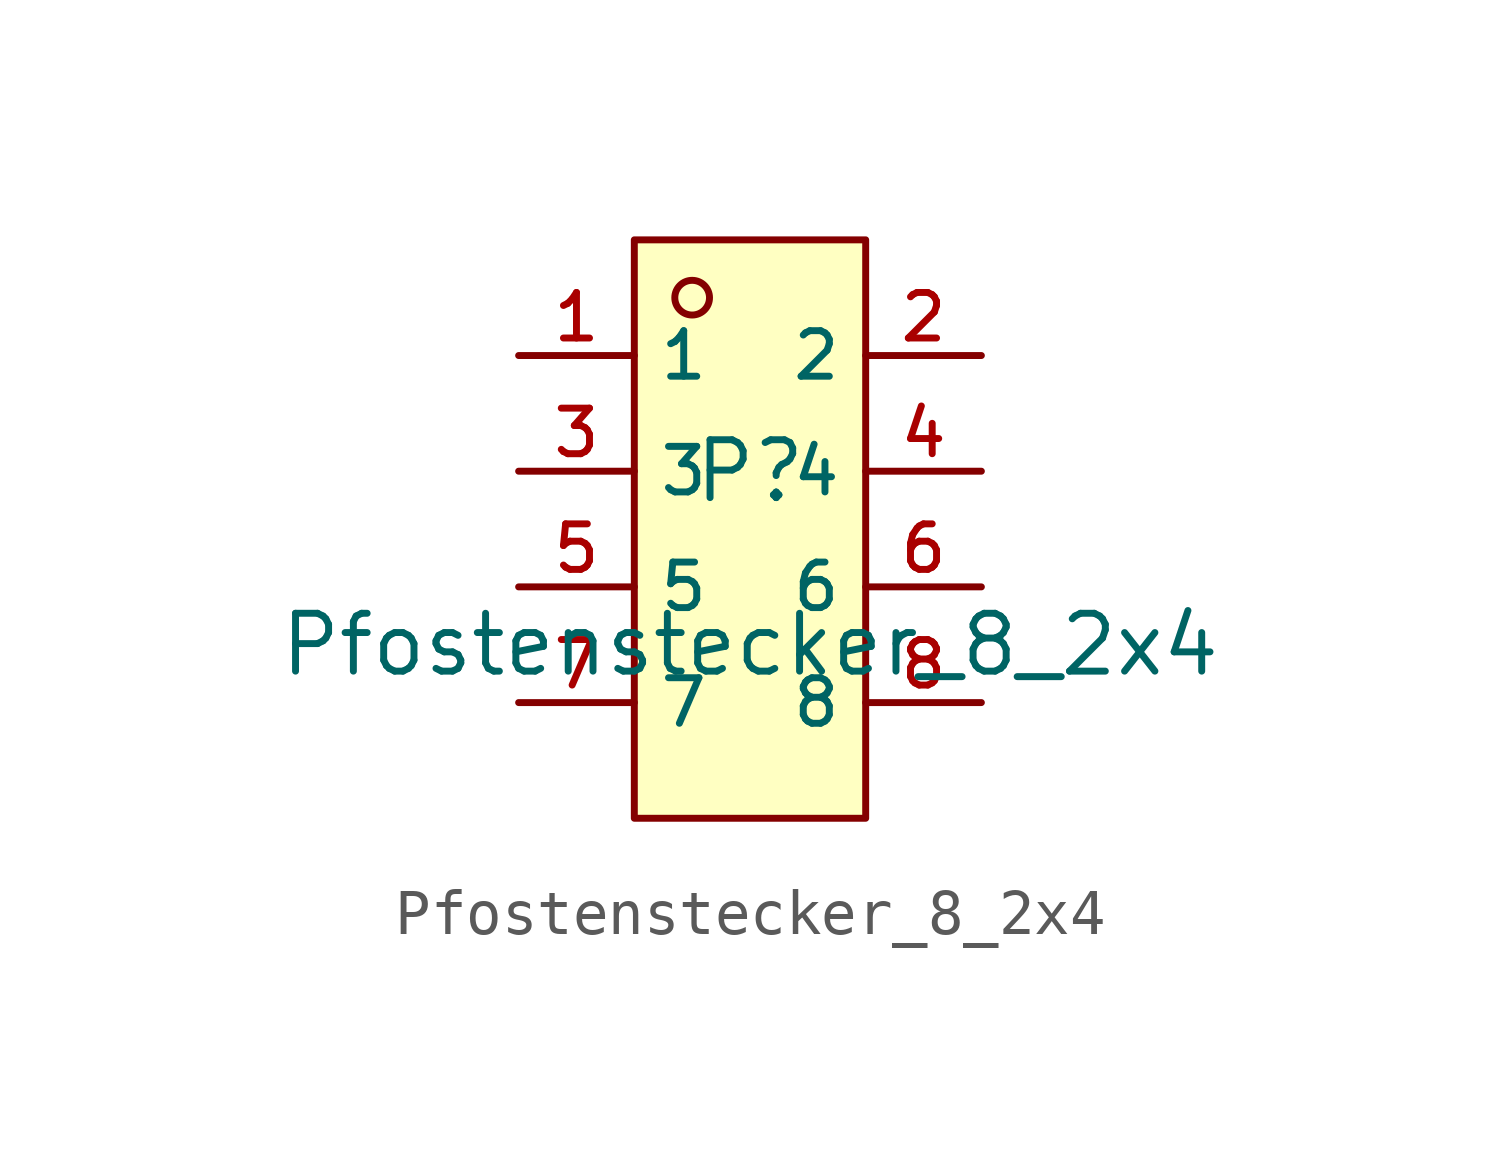
<source format=kicad_sym>
(kicad_symbol_lib
  (version 20231120)
  (generator "kicad_symbol_editor")
  (generator_version "8.0")
  (symbol "Pfostenstecker_8_2x4"
    (property "Reference" "P"
      (at 0 1.27 0)
      (effects (font (size 1.27 1.27))))
    (property "Value" "Pfostenstecker_8_2x4"
      (at 0 -2.54 0)
      (effects (font (size 1.27 1.27))))
    (symbol "Pfostenstecker_8_2x4_0_1"
      (rectangle (start -2.54 6.35) (end 2.54 -6.35) (stroke (width 0) (type default)) (fill (type background)))
      (circle (center -1.27 5.08) (radius 0.381) (stroke (width 0) (type default)) (fill (type background)))
      (pin unspecified line (at -5.08 3.81 0) (length 2.54) (name "1" (effects (font (size 1 1)))) (number "1" (effects (font (size 1 1)))))
      (pin unspecified line (at 5.08 3.81 180) (length 2.54) (name "2" (effects (font (size 1 1)))) (number "2" (effects (font (size 1 1)))))
      (pin unspecified line (at -5.08 1.27 0) (length 2.54) (name "3" (effects (font (size 1 1)))) (number "3" (effects (font (size 1 1)))))
      (pin unspecified line (at 5.08 1.27 180) (length 2.54) (name "4" (effects (font (size 1 1)))) (number "4" (effects (font (size 1 1)))))
      (pin unspecified line (at -5.08 -1.27 0) (length 2.54) (name "5" (effects (font (size 1 1)))) (number "5" (effects (font (size 1 1)))))
      (pin unspecified line (at 5.08 -1.27 180) (length 2.54) (name "6" (effects (font (size 1 1)))) (number "6" (effects (font (size 1 1)))))
      (pin unspecified line (at -5.08 -3.81 0) (length 2.54) (name "7" (effects (font (size 1 1)))) (number "7" (effects (font (size 1 1)))))
      (pin unspecified line (at 5.08 -3.81 180) (length 2.54) (name "8" (effects (font (size 1 1)))) (number "8" (effects (font (size 1 1))))))))
</source>
